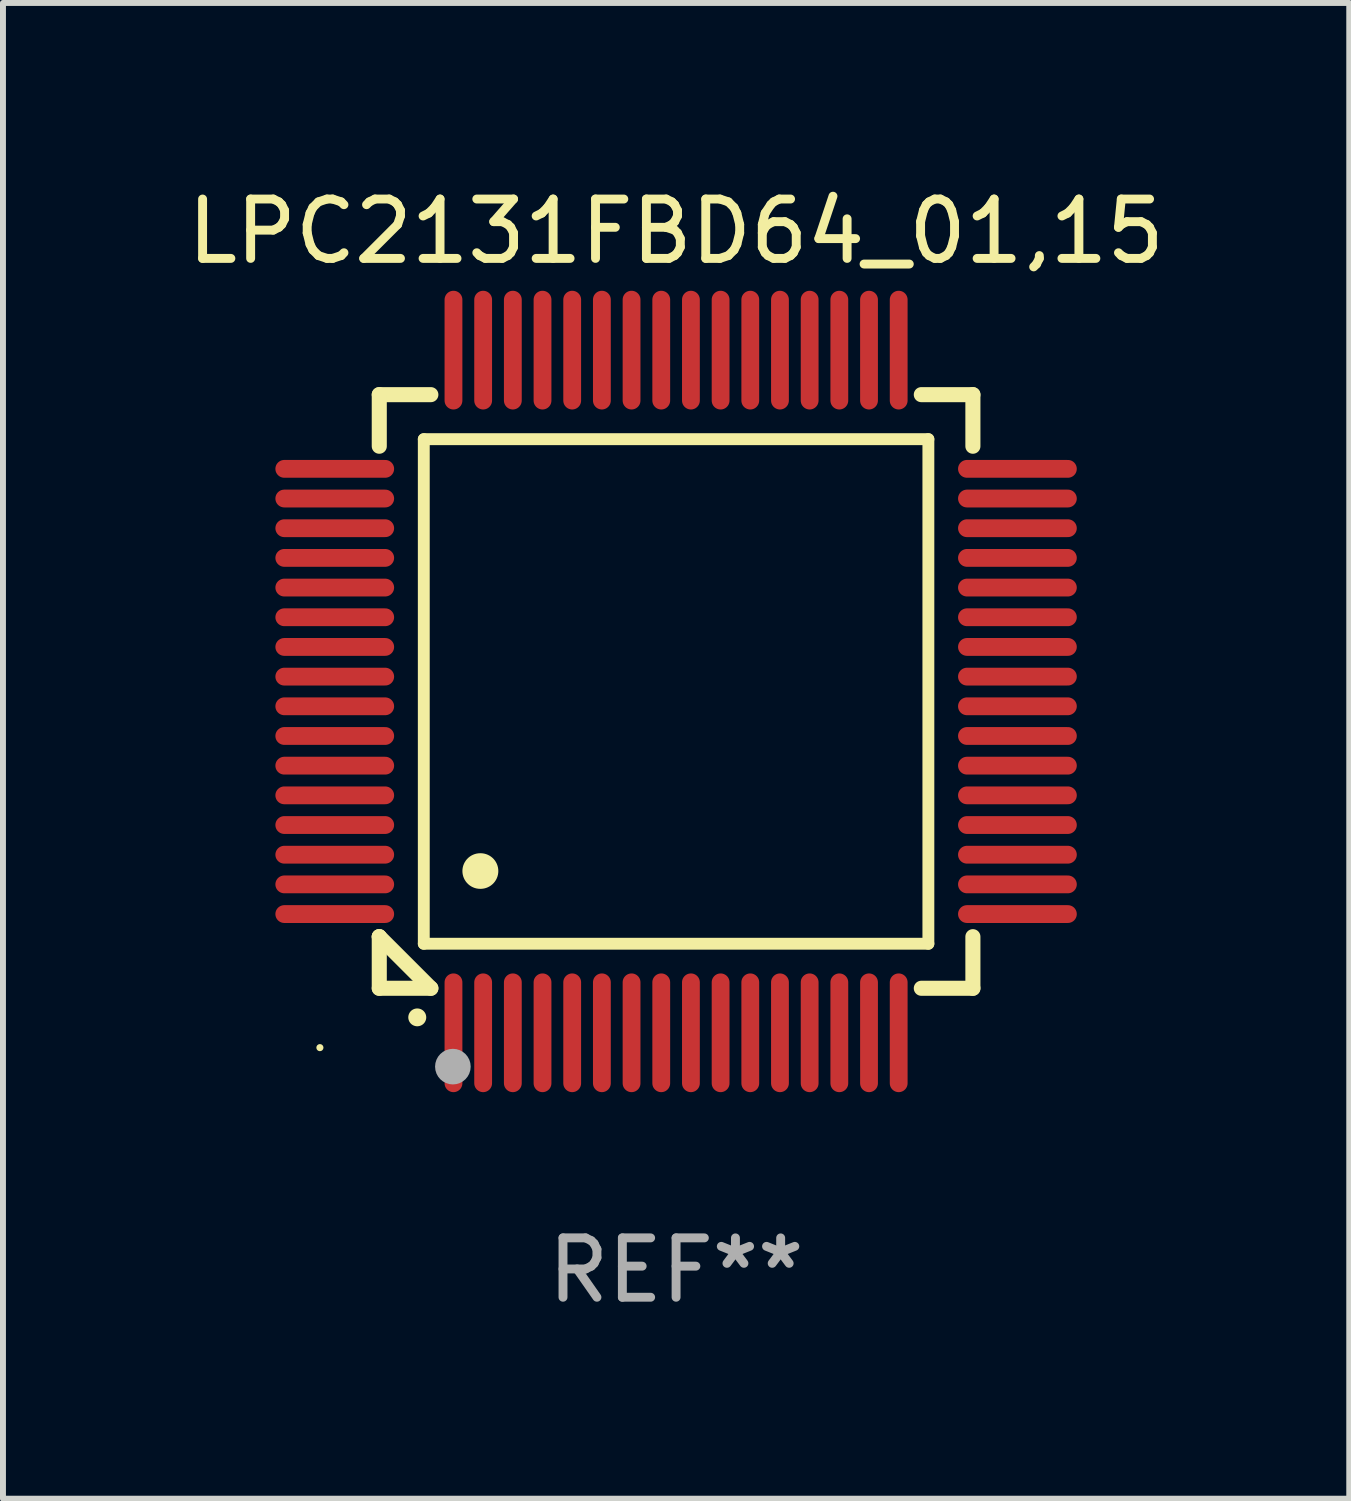
<source format=kicad_pcb>
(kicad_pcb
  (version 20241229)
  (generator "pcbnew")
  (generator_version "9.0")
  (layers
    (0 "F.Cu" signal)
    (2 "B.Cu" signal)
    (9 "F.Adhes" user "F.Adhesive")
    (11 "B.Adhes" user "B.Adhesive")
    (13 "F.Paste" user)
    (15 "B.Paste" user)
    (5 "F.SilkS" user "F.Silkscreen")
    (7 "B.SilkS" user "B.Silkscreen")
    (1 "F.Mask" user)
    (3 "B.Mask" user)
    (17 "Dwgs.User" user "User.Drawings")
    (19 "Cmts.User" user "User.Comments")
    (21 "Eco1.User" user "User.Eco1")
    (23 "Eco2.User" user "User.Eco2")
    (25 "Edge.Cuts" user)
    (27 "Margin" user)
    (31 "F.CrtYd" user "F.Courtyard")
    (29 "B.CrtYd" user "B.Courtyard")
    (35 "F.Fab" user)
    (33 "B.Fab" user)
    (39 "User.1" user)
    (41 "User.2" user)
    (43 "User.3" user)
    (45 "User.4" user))
  (footprint "LPC2131FBD64_01,15"
    (layer "F.Cu")
    (at 8.339 8.598)
    (property "Reference" "LPC2131FBD64_01,15" (at 0 -7.75 0) (layer "F.SilkS") (effects (font (size 1 1) (thickness 0.15))))
    (attr through_hole)
    (fp_line (start -5 -5) (end -4.131 -5) (stroke (width 0.254) (type solid)) (layer "F.SilkS"))
    (fp_line (start -5 -4.131) (end -5 -5) (stroke (width 0.254) (type solid)) (layer "F.SilkS"))
    (fp_line (start -5 4.131) (end -5 4.131) (stroke (width 0.254) (type solid)) (layer "F.SilkS"))
    (fp_line (start -5 5) (end -5 4.131) (stroke (width 0.254) (type solid)) (layer "F.SilkS"))
    (fp_line (start -5 4.131) (end -4.131 5) (stroke (width 0.254) (type solid)) (layer "F.SilkS"))
    (fp_line (start -4.25 -4.25) (end -4.25 4.25) (stroke (width 0.2) (type solid)) (layer "F.SilkS"))
    (fp_line (start -4.25 4.25) (end 4.25 4.25) (stroke (width 0.2) (type solid)) (layer "F.SilkS"))
    (fp_line (start -4.131 5) (end -5 5) (stroke (width 0.254) (type solid)) (layer "F.SilkS"))
    (fp_line (start 4.25 -4.25) (end -4.25 -4.25) (stroke (width 0.2) (type solid)) (layer "F.SilkS"))
    (fp_line (start 4.25 4.25) (end 4.25 -4.25) (stroke (width 0.2) (type solid)) (layer "F.SilkS"))
    (fp_line (start 5 -5) (end 4.131 -5) (stroke (width 0.254) (type solid)) (layer "F.SilkS"))
    (fp_line (start 5 -5) (end 5 -4.131) (stroke (width 0.254) (type solid)) (layer "F.SilkS"))
    (fp_line (start 5 4.131) (end 5 5) (stroke (width 0.254) (type solid)) (layer "F.SilkS"))
    (fp_line (start 5 5) (end 4.131 5) (stroke (width 0.254) (type solid)) (layer "F.SilkS"))
    (fp_arc (start -4.361265 5.489992) (mid -4.359995 5.489987) (end -4.358725 5.489992) (stroke (width 0.3) (type solid)) (layer "F.SilkS"))
    (fp_arc (start -3.299467 3.025146) (mid -3.296927 3.025135) (end -3.294387 3.025146) (stroke (width 0.6) (type solid)) (layer "F.SilkS"))
    (fp_circle (center -6 6) (end -5.97 6) (stroke (width 0.06) (type solid)) (fill no) (layer "F.SilkS"))
    (fp_circle (center -3.76 6.32) (end -3.61 6.32) (stroke (width 0.3) (type solid)) (fill no) (layer "F.Fab"))
    (fp_text user "REF**" (at 0 9.75 0) (layer "F.Fab") (effects (font (size 1 1) (thickness 0.15))))
    (pad "1" smd oval (at -3.75 5.75) (size 0.3 2) (layers "F.Cu" "F.Mask" "F.Paste"))
    (pad "2" smd oval (at -3.25 5.75) (size 0.3 2) (layers "F.Cu" "F.Mask" "F.Paste"))
    (pad "3" smd oval (at -2.75 5.75) (size 0.3 2) (layers "F.Cu" "F.Mask" "F.Paste"))
    (pad "4" smd oval (at -2.25 5.75) (size 0.3 2) (layers "F.Cu" "F.Mask" "F.Paste"))
    (pad "5" smd oval (at -1.75 5.75) (size 0.3 2) (layers "F.Cu" "F.Mask" "F.Paste"))
    (pad "6" smd oval (at -1.25 5.75) (size 0.3 2) (layers "F.Cu" "F.Mask" "F.Paste"))
    (pad "7" smd oval (at -0.75 5.75) (size 0.3 2) (layers "F.Cu" "F.Mask" "F.Paste"))
    (pad "8" smd oval (at -0.25 5.75) (size 0.3 2) (layers "F.Cu" "F.Mask" "F.Paste"))
    (pad "9" smd oval (at 0.25 5.75) (size 0.3 2) (layers "F.Cu" "F.Mask" "F.Paste"))
    (pad "10" smd oval (at 0.75 5.75) (size 0.3 2) (layers "F.Cu" "F.Mask" "F.Paste"))
    (pad "11" smd oval (at 1.25 5.75) (size 0.3 2) (layers "F.Cu" "F.Mask" "F.Paste"))
    (pad "12" smd oval (at 1.75 5.75) (size 0.3 2) (layers "F.Cu" "F.Mask" "F.Paste"))
    (pad "13" smd oval (at 2.25 5.75) (size 0.3 2) (layers "F.Cu" "F.Mask" "F.Paste"))
    (pad "14" smd oval (at 2.75 5.75) (size 0.3 2) (layers "F.Cu" "F.Mask" "F.Paste"))
    (pad "15" smd oval (at 3.25 5.75) (size 0.3 2) (layers "F.Cu" "F.Mask" "F.Paste"))
    (pad "16" smd oval (at 3.75 5.75) (size 0.3 2) (layers "F.Cu" "F.Mask" "F.Paste"))
    (pad "17" smd oval (at 5.75 3.75) (size 2 0.3) (layers "F.Cu" "F.Mask" "F.Paste"))
    (pad "18" smd oval (at 5.75 3.25) (size 2 0.3) (layers "F.Cu" "F.Mask" "F.Paste"))
    (pad "19" smd oval (at 5.75 2.75) (size 2 0.3) (layers "F.Cu" "F.Mask" "F.Paste"))
    (pad "20" smd oval (at 5.75 2.25) (size 2 0.3) (layers "F.Cu" "F.Mask" "F.Paste"))
    (pad "21" smd oval (at 5.75 1.75) (size 2 0.3) (layers "F.Cu" "F.Mask" "F.Paste"))
    (pad "22" smd oval (at 5.75 1.25) (size 2 0.3) (layers "F.Cu" "F.Mask" "F.Paste"))
    (pad "23" smd oval (at 5.75 0.75) (size 2 0.3) (layers "F.Cu" "F.Mask" "F.Paste"))
    (pad "24" smd oval (at 5.75 0.25) (size 2 0.3) (layers "F.Cu" "F.Mask" "F.Paste"))
    (pad "25" smd oval (at 5.75 -0.25) (size 2 0.3) (layers "F.Cu" "F.Mask" "F.Paste"))
    (pad "26" smd oval (at 5.75 -0.75) (size 2 0.3) (layers "F.Cu" "F.Mask" "F.Paste"))
    (pad "27" smd oval (at 5.75 -1.25) (size 2 0.3) (layers "F.Cu" "F.Mask" "F.Paste"))
    (pad "28" smd oval (at 5.75 -1.75) (size 2 0.3) (layers "F.Cu" "F.Mask" "F.Paste"))
    (pad "29" smd oval (at 5.75 -2.25) (size 2 0.3) (layers "F.Cu" "F.Mask" "F.Paste"))
    (pad "30" smd oval (at 5.75 -2.75) (size 2 0.3) (layers "F.Cu" "F.Mask" "F.Paste"))
    (pad "31" smd oval (at 5.75 -3.25) (size 2 0.3) (layers "F.Cu" "F.Mask" "F.Paste"))
    (pad "32" smd oval (at 5.75 -3.75) (size 2 0.3) (layers "F.Cu" "F.Mask" "F.Paste"))
    (pad "33" smd oval (at 3.75 -5.75) (size 0.3 2) (layers "F.Cu" "F.Mask" "F.Paste"))
    (pad "34" smd oval (at 3.25 -5.75) (size 0.3 2) (layers "F.Cu" "F.Mask" "F.Paste"))
    (pad "35" smd oval (at 2.75 -5.75) (size 0.3 2) (layers "F.Cu" "F.Mask" "F.Paste"))
    (pad "36" smd oval (at 2.25 -5.75) (size 0.3 2) (layers "F.Cu" "F.Mask" "F.Paste"))
    (pad "37" smd oval (at 1.75 -5.75) (size 0.3 2) (layers "F.Cu" "F.Mask" "F.Paste"))
    (pad "38" smd oval (at 1.25 -5.75) (size 0.3 2) (layers "F.Cu" "F.Mask" "F.Paste"))
    (pad "39" smd oval (at 0.75 -5.75) (size 0.3 2) (layers "F.Cu" "F.Mask" "F.Paste"))
    (pad "40" smd oval (at 0.25 -5.75) (size 0.3 2) (layers "F.Cu" "F.Mask" "F.Paste"))
    (pad "41" smd oval (at -0.25 -5.75) (size 0.3 2) (layers "F.Cu" "F.Mask" "F.Paste"))
    (pad "42" smd oval (at -0.75 -5.75) (size 0.3 2) (layers "F.Cu" "F.Mask" "F.Paste"))
    (pad "43" smd oval (at -1.25 -5.75) (size 0.3 2) (layers "F.Cu" "F.Mask" "F.Paste"))
    (pad "44" smd oval (at -1.75 -5.75) (size 0.3 2) (layers "F.Cu" "F.Mask" "F.Paste"))
    (pad "45" smd oval (at -2.25 -5.75) (size 0.3 2) (layers "F.Cu" "F.Mask" "F.Paste"))
    (pad "46" smd oval (at -2.75 -5.75) (size 0.3 2) (layers "F.Cu" "F.Mask" "F.Paste"))
    (pad "47" smd oval (at -3.25 -5.75) (size 0.3 2) (layers "F.Cu" "F.Mask" "F.Paste"))
    (pad "48" smd oval (at -3.75 -5.75) (size 0.3 2) (layers "F.Cu" "F.Mask" "F.Paste"))
    (pad "49" smd oval (at -5.75 -3.75) (size 2 0.3) (layers "F.Cu" "F.Mask" "F.Paste"))
    (pad "50" smd oval (at -5.75 -3.25) (size 2 0.3) (layers "F.Cu" "F.Mask" "F.Paste"))
    (pad "51" smd oval (at -5.75 -2.75) (size 2 0.3) (layers "F.Cu" "F.Mask" "F.Paste"))
    (pad "52" smd oval (at -5.75 -2.25) (size 2 0.3) (layers "F.Cu" "F.Mask" "F.Paste"))
    (pad "53" smd oval (at -5.75 -1.75) (size 2 0.3) (layers "F.Cu" "F.Mask" "F.Paste"))
    (pad "54" smd oval (at -5.75 -1.25) (size 2 0.3) (layers "F.Cu" "F.Mask" "F.Paste"))
    (pad "55" smd oval (at -5.75 -0.75) (size 2 0.3) (layers "F.Cu" "F.Mask" "F.Paste"))
    (pad "56" smd oval (at -5.75 -0.25) (size 2 0.3) (layers "F.Cu" "F.Mask" "F.Paste"))
    (pad "57" smd oval (at -5.75 0.25) (size 2 0.3) (layers "F.Cu" "F.Mask" "F.Paste"))
    (pad "58" smd oval (at -5.75 0.75) (size 2 0.3) (layers "F.Cu" "F.Mask" "F.Paste"))
    (pad "59" smd oval (at -5.75 1.25) (size 2 0.3) (layers "F.Cu" "F.Mask" "F.Paste"))
    (pad "60" smd oval (at -5.75 1.75) (size 2 0.3) (layers "F.Cu" "F.Mask" "F.Paste"))
    (pad "61" smd oval (at -5.75 2.25) (size 2 0.3) (layers "F.Cu" "F.Mask" "F.Paste"))
    (pad "62" smd oval (at -5.75 2.75) (size 2 0.3) (layers "F.Cu" "F.Mask" "F.Paste"))
    (pad "63" smd oval (at -5.75 3.25) (size 2 0.3) (layers "F.Cu" "F.Mask" "F.Paste"))
    (pad "64" smd oval (at -5.75 3.75) (size 2 0.3) (layers "F.Cu" "F.Mask" "F.Paste")))
  (gr_rect
    (start -3 -3)
    (end 19.679 22.196)
    (stroke (width 0.1) (type default))
    (fill no)
    (layer "Edge.Cuts")))
</source>
